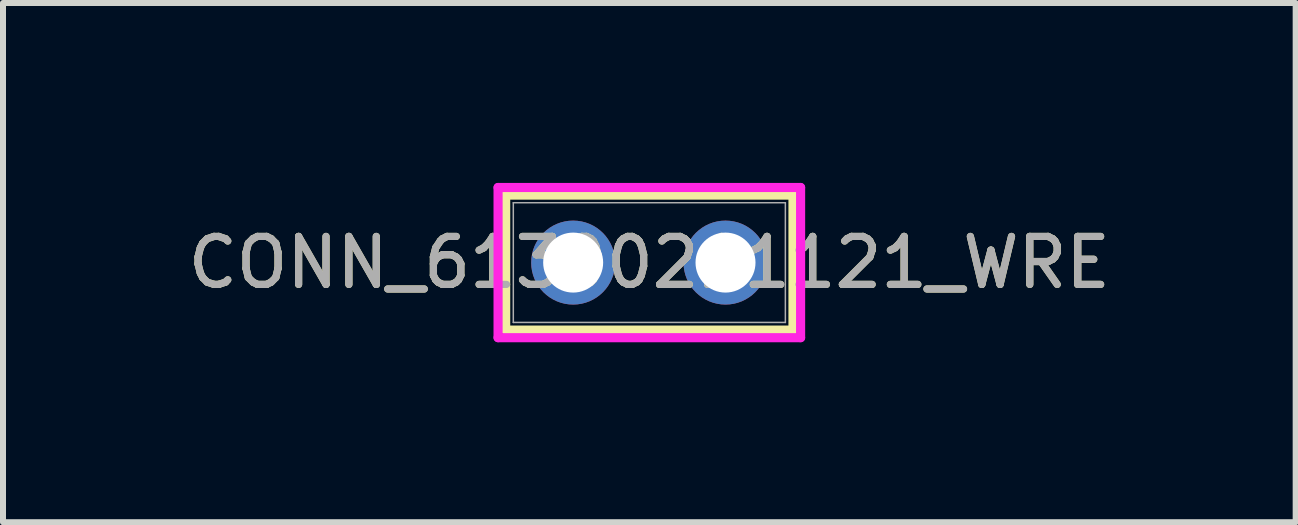
<source format=kicad_pcb>
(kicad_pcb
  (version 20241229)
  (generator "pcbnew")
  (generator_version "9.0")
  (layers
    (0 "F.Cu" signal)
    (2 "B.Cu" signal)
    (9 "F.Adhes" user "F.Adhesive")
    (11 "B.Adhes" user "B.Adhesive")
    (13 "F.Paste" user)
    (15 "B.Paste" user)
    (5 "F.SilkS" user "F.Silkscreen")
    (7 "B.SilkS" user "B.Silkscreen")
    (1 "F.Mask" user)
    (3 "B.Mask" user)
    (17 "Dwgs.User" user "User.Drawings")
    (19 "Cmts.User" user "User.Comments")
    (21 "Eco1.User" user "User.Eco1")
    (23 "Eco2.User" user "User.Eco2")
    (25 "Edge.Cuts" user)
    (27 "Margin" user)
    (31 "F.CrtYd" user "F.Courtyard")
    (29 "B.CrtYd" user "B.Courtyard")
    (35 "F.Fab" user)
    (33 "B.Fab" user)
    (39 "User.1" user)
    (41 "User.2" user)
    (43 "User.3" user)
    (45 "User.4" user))
  (footprint "CONN_61300211121_WRE"
    (layer "F.Cu")
    (at 6.506 1.328)
    (property "Reference" "CONN_61300211121_WRE" (at 1.27 0 0) (unlocked yes) (layer "F.SilkS") (effects (font (size 0.8 0.8) (thickness 0.12))))
    (attr through_hole)
    (fp_line (start -1.125 -1.125) (end -1.125 1.125) (stroke (width 0.152) (type solid)) (layer "F.SilkS"))
    (fp_line (start -1.125 1.125) (end 3.665 1.125) (stroke (width 0.152) (type solid)) (layer "F.SilkS"))
    (fp_line (start 3.665 -1.125) (end -1.125 -1.125) (stroke (width 0.152) (type solid)) (layer "F.SilkS"))
    (fp_line (start 3.665 1.125) (end 3.665 -1.125) (stroke (width 0.152) (type solid)) (layer "F.SilkS"))
    (fp_line (start -1.252 -1.252) (end -1.252 1.252) (stroke (width 0.152) (type solid)) (layer "F.CrtYd"))
    (fp_line (start -1.252 1.252) (end 3.792 1.252) (stroke (width 0.152) (type solid)) (layer "F.CrtYd"))
    (fp_line (start 3.792 -1.252) (end -1.252 -1.252) (stroke (width 0.152) (type solid)) (layer "F.CrtYd"))
    (fp_line (start 3.792 1.252) (end 3.792 -1.252) (stroke (width 0.152) (type solid)) (layer "F.CrtYd"))
    (fp_line (start -0.998 -0.998) (end -0.998 0.998) (stroke (width 0.025) (type solid)) (layer "F.Fab"))
    (fp_line (start -0.998 0.998) (end 3.538 0.998) (stroke (width 0.025) (type solid)) (layer "F.Fab"))
    (fp_line (start 3.538 -0.998) (end -0.998 -0.998) (stroke (width 0.025) (type solid)) (layer "F.Fab"))
    (fp_line (start 3.538 0.998) (end 3.538 -0.998) (stroke (width 0.025) (type solid)) (layer "F.Fab"))
    (fp_text user "${REFERENCE}" (at 1.27 0 0) (unlocked yes) (layer "F.Fab") (effects (font (size 0.8 0.8) (thickness 0.12))))
    (pad "1" thru_hole circle (at 0 0) (size 1.4 1.4) (drill 1) (layers "*.Cu" "*.Mask"))
    (pad "2" thru_hole circle (at 2.54 0) (size 1.4 1.4) (drill 1) (layers "*.Cu" "*.Mask")))
  (gr_rect
    (start -3 -3)
    (end 18.552 5.656)
    (stroke (width 0.1) (type default))
    (fill no)
    (layer "Edge.Cuts")))
</source>
